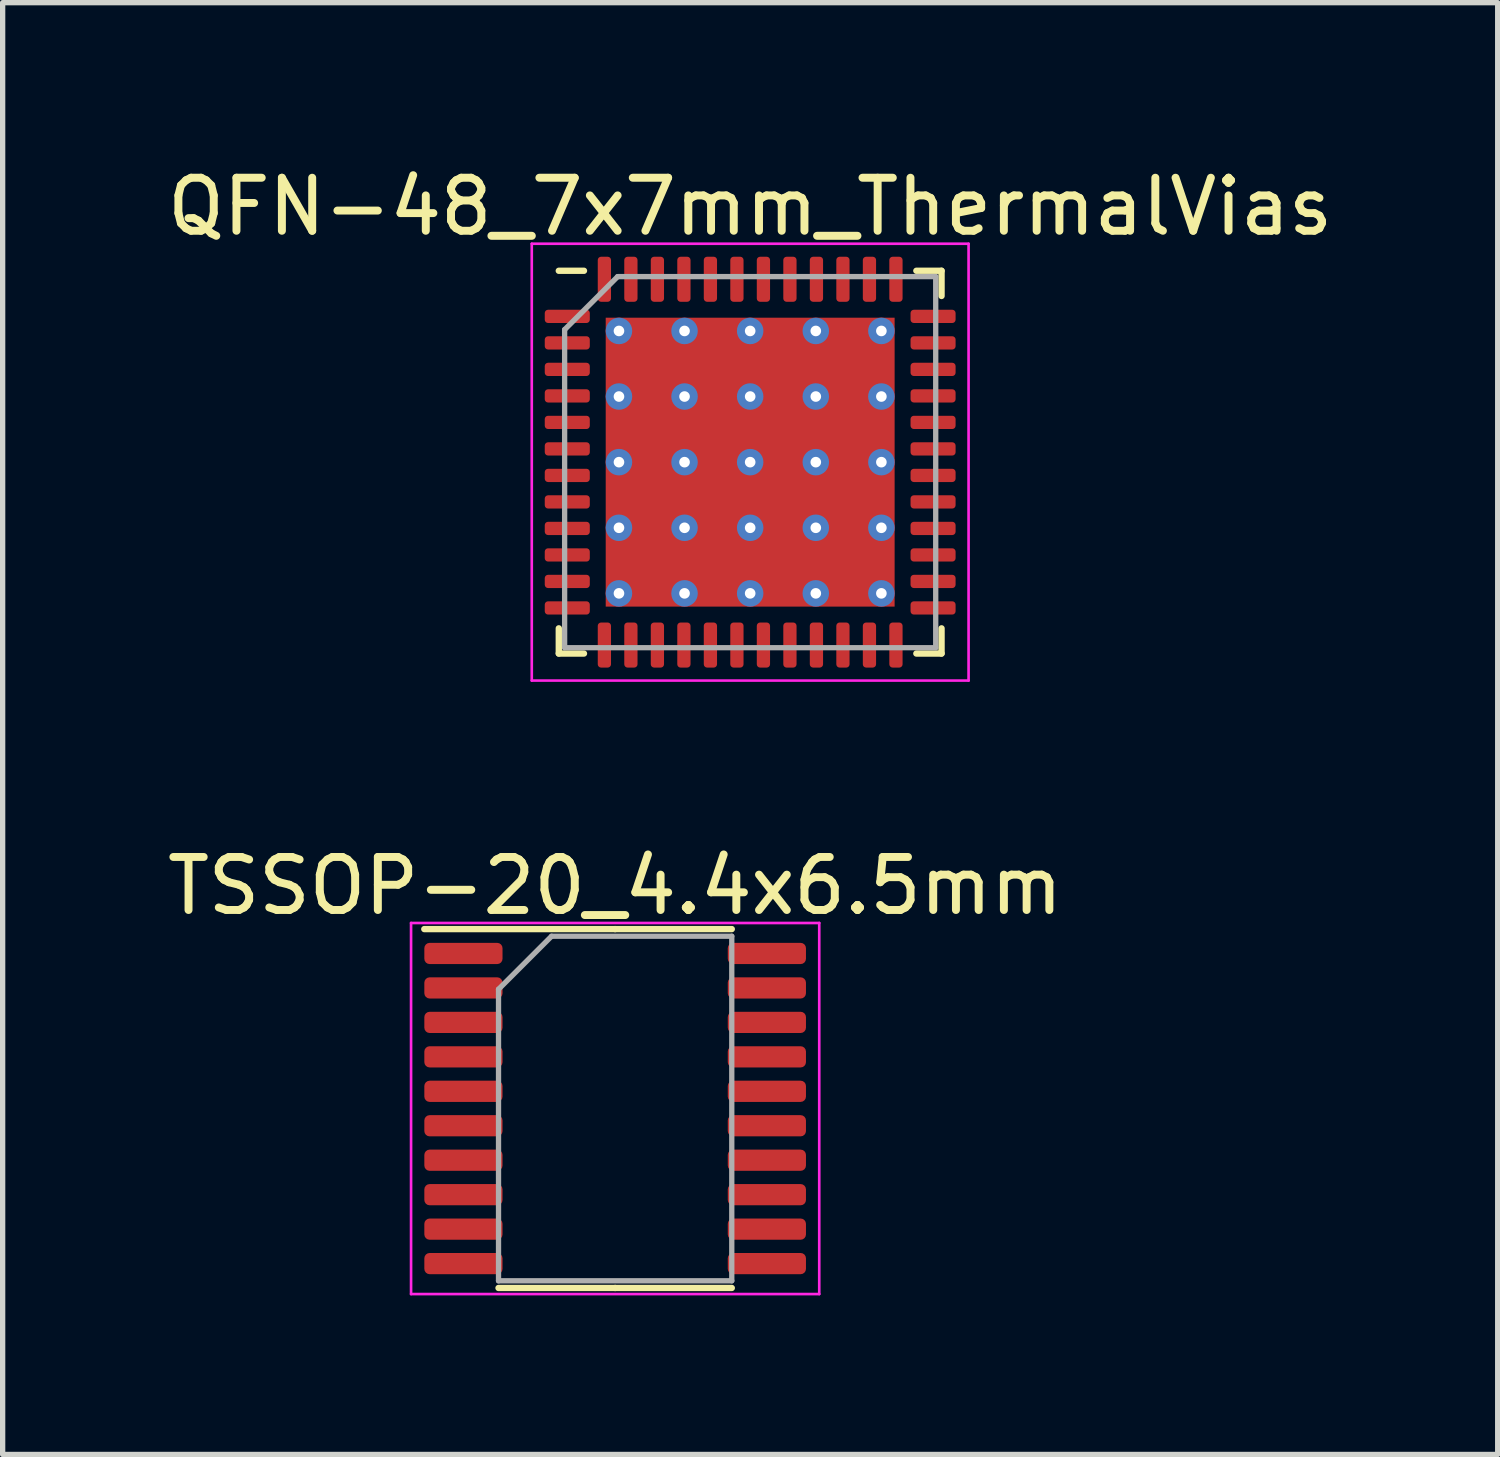
<source format=kicad_pcb>
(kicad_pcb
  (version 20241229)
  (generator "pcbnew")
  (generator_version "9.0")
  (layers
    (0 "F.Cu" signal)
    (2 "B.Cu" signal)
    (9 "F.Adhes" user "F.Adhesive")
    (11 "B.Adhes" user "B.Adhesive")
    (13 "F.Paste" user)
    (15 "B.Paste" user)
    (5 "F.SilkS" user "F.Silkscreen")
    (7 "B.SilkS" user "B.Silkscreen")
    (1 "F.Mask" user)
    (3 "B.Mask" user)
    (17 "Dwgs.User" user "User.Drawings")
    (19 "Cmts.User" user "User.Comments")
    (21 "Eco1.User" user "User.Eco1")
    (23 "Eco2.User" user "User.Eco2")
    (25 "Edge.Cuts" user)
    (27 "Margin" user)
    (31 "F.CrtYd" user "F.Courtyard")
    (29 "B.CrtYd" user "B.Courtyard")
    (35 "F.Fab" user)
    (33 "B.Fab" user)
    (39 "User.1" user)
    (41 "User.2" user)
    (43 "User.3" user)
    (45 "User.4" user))
  (footprint "QFN-48_7x7mm_ThermalVias"
    (layer "F.Cu")
    (at 11.101 5.668)
    (property "Reference" "QFN-48_7x7mm_ThermalVias" (at 0 -4.82 0) (layer "F.SilkS") (effects (font (size 1 1) (thickness 0.15))))
    (attr smd)
    (fp_line (start -3.61 3.61) (end -3.61 3.135) (stroke (width 0.12) (type solid)) (layer "F.SilkS"))
    (fp_line (start -3.135 -3.61) (end -3.61 -3.61) (stroke (width 0.12) (type solid)) (layer "F.SilkS"))
    (fp_line (start -3.135 3.61) (end -3.61 3.61) (stroke (width 0.12) (type solid)) (layer "F.SilkS"))
    (fp_line (start 3.135 -3.61) (end 3.61 -3.61) (stroke (width 0.12) (type solid)) (layer "F.SilkS"))
    (fp_line (start 3.135 3.61) (end 3.61 3.61) (stroke (width 0.12) (type solid)) (layer "F.SilkS"))
    (fp_line (start 3.61 -3.61) (end 3.61 -3.135) (stroke (width 0.12) (type solid)) (layer "F.SilkS"))
    (fp_line (start 3.61 3.61) (end 3.61 3.135) (stroke (width 0.12) (type solid)) (layer "F.SilkS"))
    (fp_line (start -4.12 -4.12) (end -4.12 4.12) (stroke (width 0.05) (type solid)) (layer "F.CrtYd"))
    (fp_line (start -4.12 4.12) (end 4.12 4.12) (stroke (width 0.05) (type solid)) (layer "F.CrtYd"))
    (fp_line (start 4.12 -4.12) (end -4.12 -4.12) (stroke (width 0.05) (type solid)) (layer "F.CrtYd"))
    (fp_line (start 4.12 4.12) (end 4.12 -4.12) (stroke (width 0.05) (type solid)) (layer "F.CrtYd"))
    (fp_line (start -3.5 -2.5) (end -2.5 -3.5) (stroke (width 0.1) (type solid)) (layer "F.Fab"))
    (fp_line (start -3.5 3.5) (end -3.5 -2.5) (stroke (width 0.1) (type solid)) (layer "F.Fab"))
    (fp_line (start -2.5 -3.5) (end 3.5 -3.5) (stroke (width 0.1) (type solid)) (layer "F.Fab"))
    (fp_line (start 3.5 -3.5) (end 3.5 3.5) (stroke (width 0.1) (type solid)) (layer "F.Fab"))
    (fp_line (start 3.5 3.5) (end -3.5 3.5) (stroke (width 0.1) (type solid)) (layer "F.Fab"))
    (pad "" smd roundrect (at -1.856 -1.856) (size 1.098 1.098) (layers "F.Paste") (roundrect_rratio 0.228))
    (pad "" smd roundrect (at -1.856 -0.619) (size 1.098 1.098) (layers "F.Paste") (roundrect_rratio 0.228))
    (pad "" smd roundrect (at -1.856 0.619) (size 1.098 1.098) (layers "F.Paste") (roundrect_rratio 0.228))
    (pad "" smd roundrect (at -1.856 1.856) (size 1.098 1.098) (layers "F.Paste") (roundrect_rratio 0.228))
    (pad "" smd roundrect (at -0.619 -1.856) (size 1.098 1.098) (layers "F.Paste") (roundrect_rratio 0.228))
    (pad "" smd roundrect (at -0.619 -0.619) (size 1.098 1.098) (layers "F.Paste") (roundrect_rratio 0.228))
    (pad "" smd roundrect (at -0.619 0.619) (size 1.098 1.098) (layers "F.Paste") (roundrect_rratio 0.228))
    (pad "" smd roundrect (at -0.619 1.856) (size 1.098 1.098) (layers "F.Paste") (roundrect_rratio 0.228))
    (pad "" smd roundrect (at 0.619 -1.856) (size 1.098 1.098) (layers "F.Paste") (roundrect_rratio 0.228))
    (pad "" smd roundrect (at 0.619 -0.619) (size 1.098 1.098) (layers "F.Paste") (roundrect_rratio 0.228))
    (pad "" smd roundrect (at 0.619 0.619) (size 1.098 1.098) (layers "F.Paste") (roundrect_rratio 0.228))
    (pad "" smd roundrect (at 0.619 1.856) (size 1.098 1.098) (layers "F.Paste") (roundrect_rratio 0.228))
    (pad "" smd roundrect (at 1.856 -1.856) (size 1.098 1.098) (layers "F.Paste") (roundrect_rratio 0.228))
    (pad "" smd roundrect (at 1.856 -0.619) (size 1.098 1.098) (layers "F.Paste") (roundrect_rratio 0.228))
    (pad "" smd roundrect (at 1.856 0.619) (size 1.098 1.098) (layers "F.Paste") (roundrect_rratio 0.228))
    (pad "" smd roundrect (at 1.856 1.856) (size 1.098 1.098) (layers "F.Paste") (roundrect_rratio 0.228))
    (pad "1" smd roundrect (at -3.45 -2.75) (size 0.85 0.25) (layers "F.Cu" "F.Mask" "F.Paste") (roundrect_rratio 0.25))
    (pad "2" smd roundrect (at -3.45 -2.25) (size 0.85 0.25) (layers "F.Cu" "F.Mask" "F.Paste") (roundrect_rratio 0.25))
    (pad "3" smd roundrect (at -3.45 -1.75) (size 0.85 0.25) (layers "F.Cu" "F.Mask" "F.Paste") (roundrect_rratio 0.25))
    (pad "4" smd roundrect (at -3.45 -1.25) (size 0.85 0.25) (layers "F.Cu" "F.Mask" "F.Paste") (roundrect_rratio 0.25))
    (pad "5" smd roundrect (at -3.45 -0.75) (size 0.85 0.25) (layers "F.Cu" "F.Mask" "F.Paste") (roundrect_rratio 0.25))
    (pad "6" smd roundrect (at -3.45 -0.25) (size 0.85 0.25) (layers "F.Cu" "F.Mask" "F.Paste") (roundrect_rratio 0.25))
    (pad "7" smd roundrect (at -3.45 0.25) (size 0.85 0.25) (layers "F.Cu" "F.Mask" "F.Paste") (roundrect_rratio 0.25))
    (pad "8" smd roundrect (at -3.45 0.75) (size 0.85 0.25) (layers "F.Cu" "F.Mask" "F.Paste") (roundrect_rratio 0.25))
    (pad "9" smd roundrect (at -3.45 1.25) (size 0.85 0.25) (layers "F.Cu" "F.Mask" "F.Paste") (roundrect_rratio 0.25))
    (pad "10" smd roundrect (at -3.45 1.75) (size 0.85 0.25) (layers "F.Cu" "F.Mask" "F.Paste") (roundrect_rratio 0.25))
    (pad "11" smd roundrect (at -3.45 2.25) (size 0.85 0.25) (layers "F.Cu" "F.Mask" "F.Paste") (roundrect_rratio 0.25))
    (pad "12" smd roundrect (at -3.45 2.75) (size 0.85 0.25) (layers "F.Cu" "F.Mask" "F.Paste") (roundrect_rratio 0.25))
    (pad "13" smd roundrect (at -2.75 3.45) (size 0.25 0.85) (layers "F.Cu" "F.Mask" "F.Paste") (roundrect_rratio 0.25))
    (pad "14" smd roundrect (at -2.25 3.45) (size 0.25 0.85) (layers "F.Cu" "F.Mask" "F.Paste") (roundrect_rratio 0.25))
    (pad "15" smd roundrect (at -1.75 3.45) (size 0.25 0.85) (layers "F.Cu" "F.Mask" "F.Paste") (roundrect_rratio 0.25))
    (pad "16" smd roundrect (at -1.25 3.45) (size 0.25 0.85) (layers "F.Cu" "F.Mask" "F.Paste") (roundrect_rratio 0.25))
    (pad "17" smd roundrect (at -0.75 3.45) (size 0.25 0.85) (layers "F.Cu" "F.Mask" "F.Paste") (roundrect_rratio 0.25))
    (pad "18" smd roundrect (at -0.25 3.45) (size 0.25 0.85) (layers "F.Cu" "F.Mask" "F.Paste") (roundrect_rratio 0.25))
    (pad "19" smd roundrect (at 0.25 3.45) (size 0.25 0.85) (layers "F.Cu" "F.Mask" "F.Paste") (roundrect_rratio 0.25))
    (pad "20" smd roundrect (at 0.75 3.45) (size 0.25 0.85) (layers "F.Cu" "F.Mask" "F.Paste") (roundrect_rratio 0.25))
    (pad "21" smd roundrect (at 1.25 3.45) (size 0.25 0.85) (layers "F.Cu" "F.Mask" "F.Paste") (roundrect_rratio 0.25))
    (pad "22" smd roundrect (at 1.75 3.45) (size 0.25 0.85) (layers "F.Cu" "F.Mask" "F.Paste") (roundrect_rratio 0.25))
    (pad "23" smd roundrect (at 2.25 3.45) (size 0.25 0.85) (layers "F.Cu" "F.Mask" "F.Paste") (roundrect_rratio 0.25))
    (pad "24" smd roundrect (at 2.75 3.45) (size 0.25 0.85) (layers "F.Cu" "F.Mask" "F.Paste") (roundrect_rratio 0.25))
    (pad "25" smd roundrect (at 3.45 2.75) (size 0.85 0.25) (layers "F.Cu" "F.Mask" "F.Paste") (roundrect_rratio 0.25))
    (pad "26" smd roundrect (at 3.45 2.25) (size 0.85 0.25) (layers "F.Cu" "F.Mask" "F.Paste") (roundrect_rratio 0.25))
    (pad "27" smd roundrect (at 3.45 1.75) (size 0.85 0.25) (layers "F.Cu" "F.Mask" "F.Paste") (roundrect_rratio 0.25))
    (pad "28" smd roundrect (at 3.45 1.25) (size 0.85 0.25) (layers "F.Cu" "F.Mask" "F.Paste") (roundrect_rratio 0.25))
    (pad "29" smd roundrect (at 3.45 0.75) (size 0.85 0.25) (layers "F.Cu" "F.Mask" "F.Paste") (roundrect_rratio 0.25))
    (pad "30" smd roundrect (at 3.45 0.25) (size 0.85 0.25) (layers "F.Cu" "F.Mask" "F.Paste") (roundrect_rratio 0.25))
    (pad "31" smd roundrect (at 3.45 -0.25) (size 0.85 0.25) (layers "F.Cu" "F.Mask" "F.Paste") (roundrect_rratio 0.25))
    (pad "32" smd roundrect (at 3.45 -0.75) (size 0.85 0.25) (layers "F.Cu" "F.Mask" "F.Paste") (roundrect_rratio 0.25))
    (pad "33" smd roundrect (at 3.45 -1.25) (size 0.85 0.25) (layers "F.Cu" "F.Mask" "F.Paste") (roundrect_rratio 0.25))
    (pad "34" smd roundrect (at 3.45 -1.75) (size 0.85 0.25) (layers "F.Cu" "F.Mask" "F.Paste") (roundrect_rratio 0.25))
    (pad "35" smd roundrect (at 3.45 -2.25) (size 0.85 0.25) (layers "F.Cu" "F.Mask" "F.Paste") (roundrect_rratio 0.25))
    (pad "36" smd roundrect (at 3.45 -2.75) (size 0.85 0.25) (layers "F.Cu" "F.Mask" "F.Paste") (roundrect_rratio 0.25))
    (pad "37" smd roundrect (at 2.75 -3.45) (size 0.25 0.85) (layers "F.Cu" "F.Mask" "F.Paste") (roundrect_rratio 0.25))
    (pad "38" smd roundrect (at 2.25 -3.45) (size 0.25 0.85) (layers "F.Cu" "F.Mask" "F.Paste") (roundrect_rratio 0.25))
    (pad "39" smd roundrect (at 1.75 -3.45) (size 0.25 0.85) (layers "F.Cu" "F.Mask" "F.Paste") (roundrect_rratio 0.25))
    (pad "40" smd roundrect (at 1.25 -3.45) (size 0.25 0.85) (layers "F.Cu" "F.Mask" "F.Paste") (roundrect_rratio 0.25))
    (pad "41" smd roundrect (at 0.75 -3.45) (size 0.25 0.85) (layers "F.Cu" "F.Mask" "F.Paste") (roundrect_rratio 0.25))
    (pad "42" smd roundrect (at 0.25 -3.45) (size 0.25 0.85) (layers "F.Cu" "F.Mask" "F.Paste") (roundrect_rratio 0.25))
    (pad "43" smd roundrect (at -0.25 -3.45) (size 0.25 0.85) (layers "F.Cu" "F.Mask" "F.Paste") (roundrect_rratio 0.25))
    (pad "44" smd roundrect (at -0.75 -3.45) (size 0.25 0.85) (layers "F.Cu" "F.Mask" "F.Paste") (roundrect_rratio 0.25))
    (pad "45" smd roundrect (at -1.25 -3.45) (size 0.25 0.85) (layers "F.Cu" "F.Mask" "F.Paste") (roundrect_rratio 0.25))
    (pad "46" smd roundrect (at -1.75 -3.45) (size 0.25 0.85) (layers "F.Cu" "F.Mask" "F.Paste") (roundrect_rratio 0.25))
    (pad "47" smd roundrect (at -2.25 -3.45) (size 0.25 0.85) (layers "F.Cu" "F.Mask" "F.Paste") (roundrect_rratio 0.25))
    (pad "48" smd roundrect (at -2.75 -3.45) (size 0.25 0.85) (layers "F.Cu" "F.Mask" "F.Paste") (roundrect_rratio 0.25))
    (pad "49" thru_hole circle (at -2.475 -2.475) (size 0.5 0.5) (drill 0.2) (layers "*.Cu"))
    (pad "49" thru_hole circle (at -2.475 -1.238) (size 0.5 0.5) (drill 0.2) (layers "*.Cu"))
    (pad "49" thru_hole circle (at -2.475 0) (size 0.5 0.5) (drill 0.2) (layers "*.Cu"))
    (pad "49" thru_hole circle (at -2.475 1.238) (size 0.5 0.5) (drill 0.2) (layers "*.Cu"))
    (pad "49" thru_hole circle (at -2.475 2.475) (size 0.5 0.5) (drill 0.2) (layers "*.Cu"))
    (pad "49" thru_hole circle (at -1.238 -2.475) (size 0.5 0.5) (drill 0.2) (layers "*.Cu"))
    (pad "49" thru_hole circle (at -1.238 -1.238) (size 0.5 0.5) (drill 0.2) (layers "*.Cu"))
    (pad "49" thru_hole circle (at -1.238 0) (size 0.5 0.5) (drill 0.2) (layers "*.Cu"))
    (pad "49" thru_hole circle (at -1.238 1.238) (size 0.5 0.5) (drill 0.2) (layers "*.Cu"))
    (pad "49" thru_hole circle (at -1.238 2.475) (size 0.5 0.5) (drill 0.2) (layers "*.Cu"))
    (pad "49" thru_hole circle (at 0 -2.475) (size 0.5 0.5) (drill 0.2) (layers "*.Cu"))
    (pad "49" thru_hole circle (at 0 -1.238) (size 0.5 0.5) (drill 0.2) (layers "*.Cu"))
    (pad "49" thru_hole circle (at 0 0) (size 0.5 0.5) (drill 0.2) (layers "*.Cu"))
    (pad "49" smd rect (at 0 0) (size 5.45 5.45) (layers "F.Cu" "F.Mask"))
    (pad "49" thru_hole circle (at 0 1.238) (size 0.5 0.5) (drill 0.2) (layers "*.Cu"))
    (pad "49" thru_hole circle (at 0 2.475) (size 0.5 0.5) (drill 0.2) (layers "*.Cu"))
    (pad "49" thru_hole circle (at 1.238 -2.475) (size 0.5 0.5) (drill 0.2) (layers "*.Cu"))
    (pad "49" thru_hole circle (at 1.238 -1.238) (size 0.5 0.5) (drill 0.2) (layers "*.Cu"))
    (pad "49" thru_hole circle (at 1.238 0) (size 0.5 0.5) (drill 0.2) (layers "*.Cu"))
    (pad "49" thru_hole circle (at 1.238 1.238) (size 0.5 0.5) (drill 0.2) (layers "*.Cu"))
    (pad "49" thru_hole circle (at 1.238 2.475) (size 0.5 0.5) (drill 0.2) (layers "*.Cu"))
    (pad "49" thru_hole circle (at 2.475 -2.475) (size 0.5 0.5) (drill 0.2) (layers "*.Cu"))
    (pad "49" thru_hole circle (at 2.475 -1.238) (size 0.5 0.5) (drill 0.2) (layers "*.Cu"))
    (pad "49" thru_hole circle (at 2.475 0) (size 0.5 0.5) (drill 0.2) (layers "*.Cu"))
    (pad "49" thru_hole circle (at 2.475 1.238) (size 0.5 0.5) (drill 0.2) (layers "*.Cu"))
    (pad "49" thru_hole circle (at 2.475 2.475) (size 0.5 0.5) (drill 0.2) (layers "*.Cu")))
  (footprint "TSSOP-20_4.4x6.5mm"
    (layer "F.Cu")
    (at 8.554 17.861)
    (property "Reference" "TSSOP-20_4.4x6.5mm" (at 0 -4.2 0) (layer "F.SilkS") (effects (font (size 1 1) (thickness 0.15))))
    (attr smd)
    (fp_line (start 0 -3.385) (end -3.6 -3.385) (stroke (width 0.12) (type solid)) (layer "F.SilkS"))
    (fp_line (start 0 -3.385) (end 2.2 -3.385) (stroke (width 0.12) (type solid)) (layer "F.SilkS"))
    (fp_line (start 0 3.385) (end -2.2 3.385) (stroke (width 0.12) (type solid)) (layer "F.SilkS"))
    (fp_line (start 0 3.385) (end 2.2 3.385) (stroke (width 0.12) (type solid)) (layer "F.SilkS"))
    (fp_line (start -3.85 -3.5) (end -3.85 3.5) (stroke (width 0.05) (type solid)) (layer "F.CrtYd"))
    (fp_line (start -3.85 3.5) (end 3.85 3.5) (stroke (width 0.05) (type solid)) (layer "F.CrtYd"))
    (fp_line (start 3.85 -3.5) (end -3.85 -3.5) (stroke (width 0.05) (type solid)) (layer "F.CrtYd"))
    (fp_line (start 3.85 3.5) (end 3.85 -3.5) (stroke (width 0.05) (type solid)) (layer "F.CrtYd"))
    (fp_line (start -2.2 -2.25) (end -1.2 -3.25) (stroke (width 0.1) (type solid)) (layer "F.Fab"))
    (fp_line (start -2.2 3.25) (end -2.2 -2.25) (stroke (width 0.1) (type solid)) (layer "F.Fab"))
    (fp_line (start -1.2 -3.25) (end 2.2 -3.25) (stroke (width 0.1) (type solid)) (layer "F.Fab"))
    (fp_line (start 2.2 -3.25) (end 2.2 3.25) (stroke (width 0.1) (type solid)) (layer "F.Fab"))
    (fp_line (start 2.2 3.25) (end -2.2 3.25) (stroke (width 0.1) (type solid)) (layer "F.Fab"))
    (pad "1" smd roundrect (at -2.862 -2.925) (size 1.475 0.4) (layers "F.Cu" "F.Mask" "F.Paste") (roundrect_rratio 0.25))
    (pad "2" smd roundrect (at -2.862 -2.275) (size 1.475 0.4) (layers "F.Cu" "F.Mask" "F.Paste") (roundrect_rratio 0.25))
    (pad "3" smd roundrect (at -2.862 -1.625) (size 1.475 0.4) (layers "F.Cu" "F.Mask" "F.Paste") (roundrect_rratio 0.25))
    (pad "4" smd roundrect (at -2.862 -0.975) (size 1.475 0.4) (layers "F.Cu" "F.Mask" "F.Paste") (roundrect_rratio 0.25))
    (pad "5" smd roundrect (at -2.862 -0.325) (size 1.475 0.4) (layers "F.Cu" "F.Mask" "F.Paste") (roundrect_rratio 0.25))
    (pad "6" smd roundrect (at -2.862 0.325) (size 1.475 0.4) (layers "F.Cu" "F.Mask" "F.Paste") (roundrect_rratio 0.25))
    (pad "7" smd roundrect (at -2.862 0.975) (size 1.475 0.4) (layers "F.Cu" "F.Mask" "F.Paste") (roundrect_rratio 0.25))
    (pad "8" smd roundrect (at -2.862 1.625) (size 1.475 0.4) (layers "F.Cu" "F.Mask" "F.Paste") (roundrect_rratio 0.25))
    (pad "9" smd roundrect (at -2.862 2.275) (size 1.475 0.4) (layers "F.Cu" "F.Mask" "F.Paste") (roundrect_rratio 0.25))
    (pad "10" smd roundrect (at -2.862 2.925) (size 1.475 0.4) (layers "F.Cu" "F.Mask" "F.Paste") (roundrect_rratio 0.25))
    (pad "11" smd roundrect (at 2.862 2.925) (size 1.475 0.4) (layers "F.Cu" "F.Mask" "F.Paste") (roundrect_rratio 0.25))
    (pad "12" smd roundrect (at 2.862 2.275) (size 1.475 0.4) (layers "F.Cu" "F.Mask" "F.Paste") (roundrect_rratio 0.25))
    (pad "13" smd roundrect (at 2.862 1.625) (size 1.475 0.4) (layers "F.Cu" "F.Mask" "F.Paste") (roundrect_rratio 0.25))
    (pad "14" smd roundrect (at 2.862 0.975) (size 1.475 0.4) (layers "F.Cu" "F.Mask" "F.Paste") (roundrect_rratio 0.25))
    (pad "15" smd roundrect (at 2.862 0.325) (size 1.475 0.4) (layers "F.Cu" "F.Mask" "F.Paste") (roundrect_rratio 0.25))
    (pad "16" smd roundrect (at 2.862 -0.325) (size 1.475 0.4) (layers "F.Cu" "F.Mask" "F.Paste") (roundrect_rratio 0.25))
    (pad "17" smd roundrect (at 2.862 -0.975) (size 1.475 0.4) (layers "F.Cu" "F.Mask" "F.Paste") (roundrect_rratio 0.25))
    (pad "18" smd roundrect (at 2.862 -1.625) (size 1.475 0.4) (layers "F.Cu" "F.Mask" "F.Paste") (roundrect_rratio 0.25))
    (pad "19" smd roundrect (at 2.862 -2.275) (size 1.475 0.4) (layers "F.Cu" "F.Mask" "F.Paste") (roundrect_rratio 0.25))
    (pad "20" smd roundrect (at 2.862 -2.925) (size 1.475 0.4) (layers "F.Cu" "F.Mask" "F.Paste") (roundrect_rratio 0.25)))
  (gr_rect
    (start -3 -3)
    (end 25.202 24.387)
    (stroke (width 0.1) (type default))
    (fill no)
    (layer "Edge.Cuts")))
</source>
